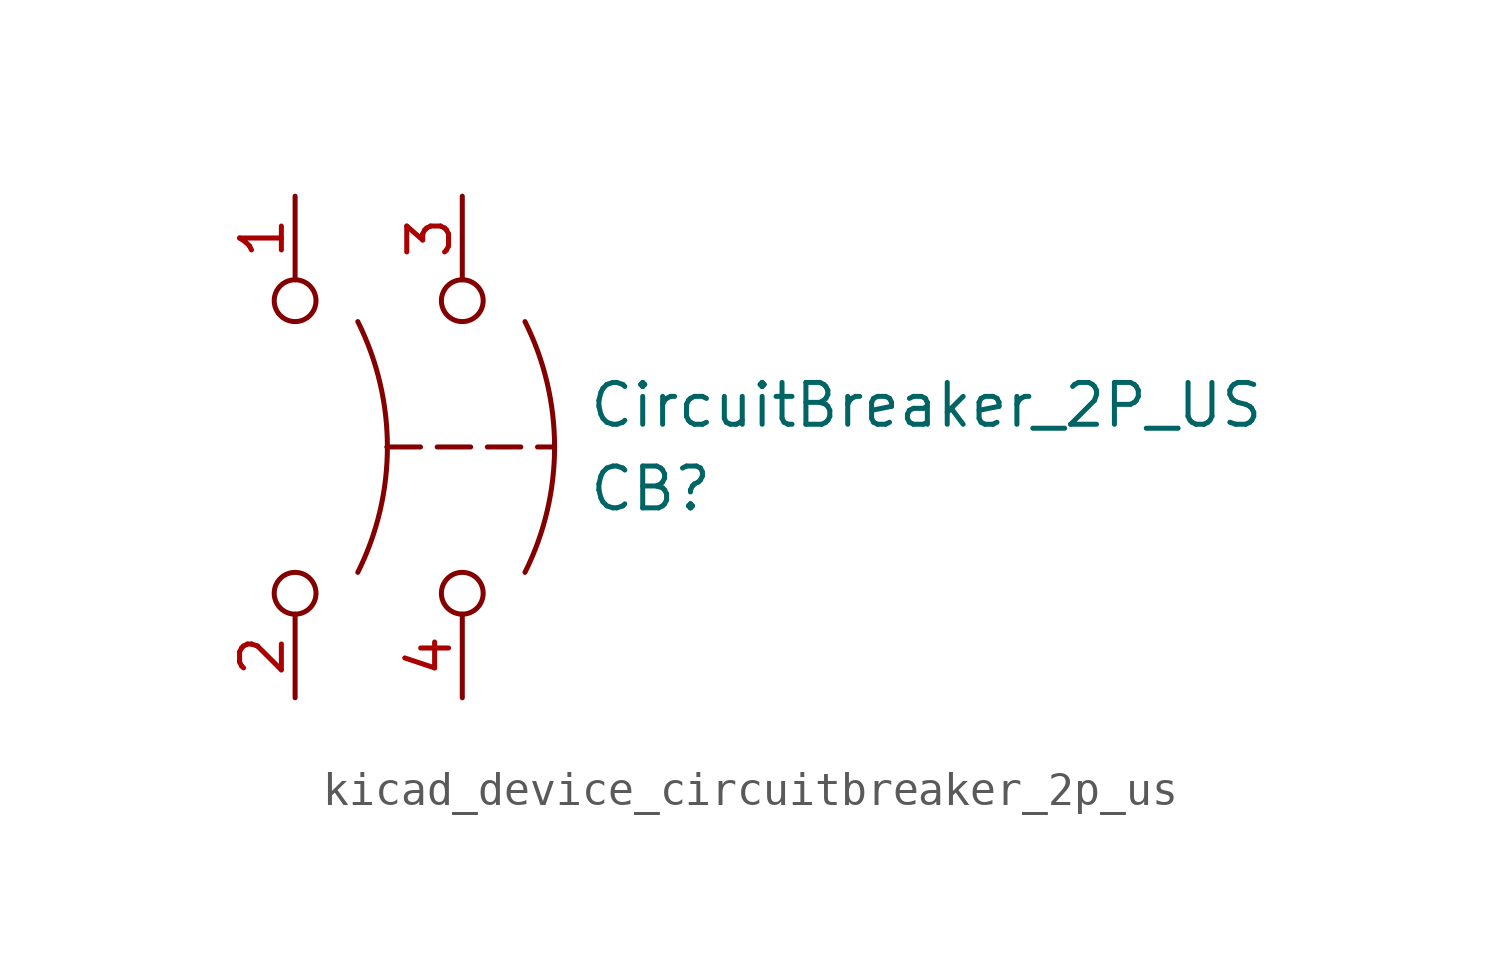
<source format=kicad_sym>
(kicad_symbol_lib
  (version 20220914)
  (generator kicad_symbol_editor)
  (symbol "kicad_device_circuitbreaker_2p_us"
    (property "Reference" "CB"
      (at 6.35 -1.27 0)
      (effects (font (size 1.27 1.27)) (justify left)))
    (property "Value" "CircuitBreaker_2P_US"
      (at 6.35 1.27 0)
      (effects (font (size 1.27 1.27)) (justify left)))
    (symbol "kicad_device_circuitbreaker_2p_us_0_1"
      (circle (center -2.54 -4.445) (radius 0.635) (stroke (width 0) (type default)) (fill (type none)))
      (circle (center -2.54 4.445) (radius 0.635) (stroke (width 0) (type default)) (fill (type none)))
      (arc (start -0.635 -3.81) (mid 0.2644 0) (end -0.635 3.81) (stroke (width 0) (type default)) (fill (type none)))
      (polyline (pts (xy 0.254 0) (xy 0.254 0)) (stroke (width 0) (type default)) (fill (type none)))
      (polyline (pts (xy 0.254 0) (xy 1.27 0)) (stroke (width 0) (type default)) (fill (type none)))
      (polyline (pts (xy 1.778 0) (xy 2.794 0)) (stroke (width 0) (type default)) (fill (type none)))
      (polyline (pts (xy 3.302 0) (xy 4.318 0)) (stroke (width 0) (type default)) (fill (type none)))
      (polyline (pts (xy 4.826 0) (xy 5.334 0)) (stroke (width 0) (type default)) (fill (type none))))
    (symbol "kicad_device_circuitbreaker_2p_us_1_1"
      (circle (center 2.54 -4.445) (radius 0.635) (stroke (width 0) (type default)) (fill (type none)))
      (circle (center 2.54 4.445) (radius 0.635) (stroke (width 0) (type default)) (fill (type none)))
      (arc (start 4.445 -3.81) (mid 5.3444 0) (end 4.445 3.81) (stroke (width 0) (type default)) (fill (type none)))
      (pin passive line (at -2.54 7.62 270) (length 2.54) (name "~" (effects (font (size 1.27 1.27)))) (number "1" (effects (font (size 1.27 1.27)))))
      (pin passive line (at -2.54 -7.62 90) (length 2.54) (name "~" (effects (font (size 1.27 1.27)))) (number "2" (effects (font (size 1.27 1.27)))))
      (pin passive line (at 2.54 7.62 270) (length 2.54) (name "~" (effects (font (size 1.27 1.27)))) (number "3" (effects (font (size 1.27 1.27)))))
      (pin passive line (at 2.54 -7.62 90) (length 2.54) (name "~" (effects (font (size 1.27 1.27)))) (number "4" (effects (font (size 1.27 1.27))))))))
</source>
